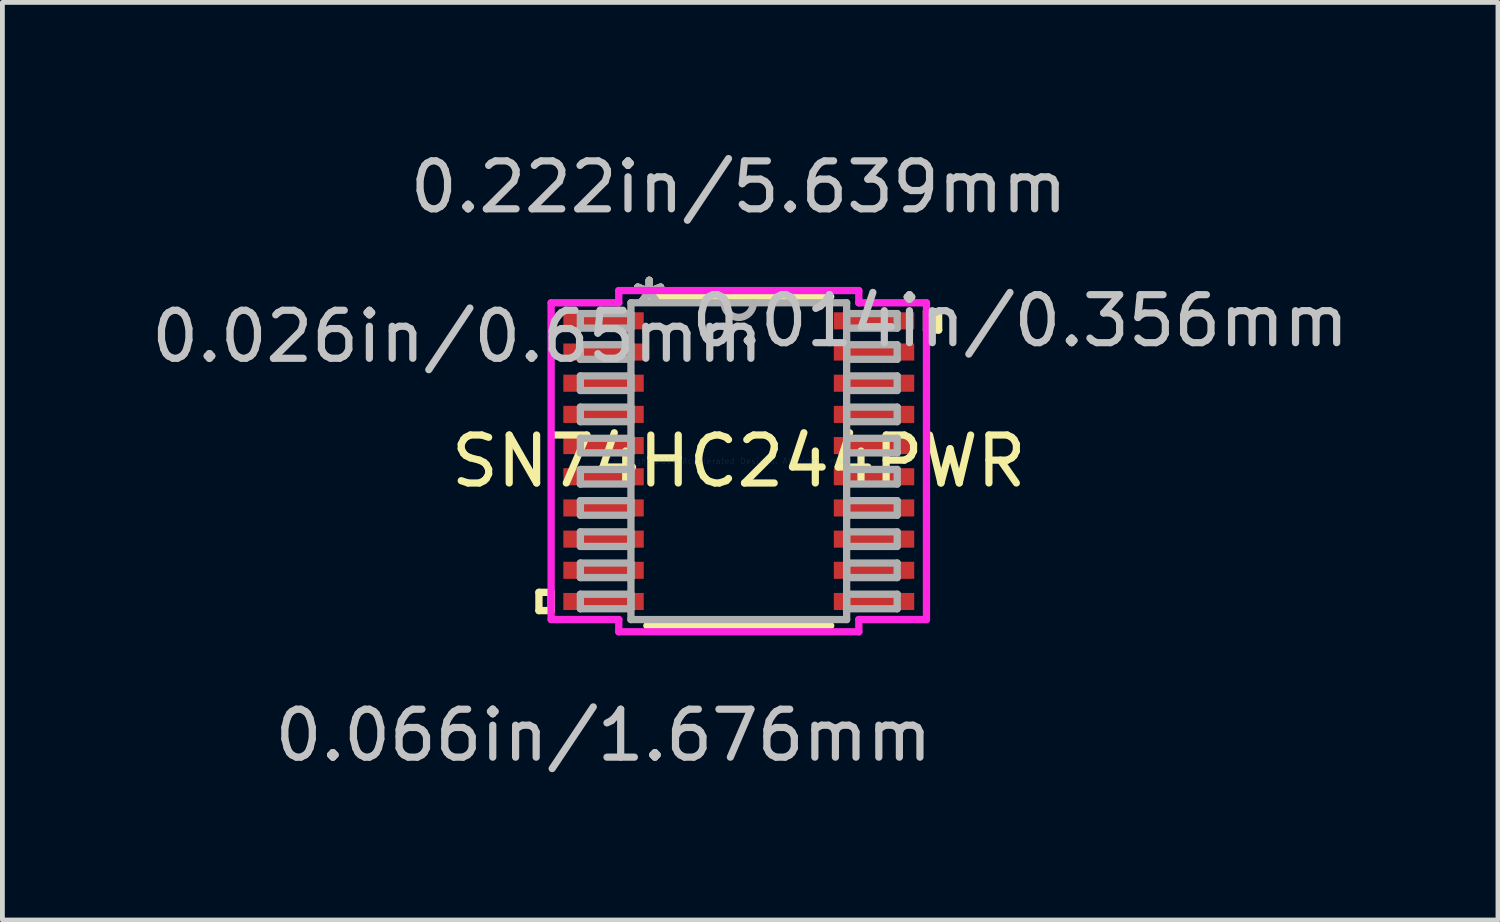
<source format=kicad_pcb>
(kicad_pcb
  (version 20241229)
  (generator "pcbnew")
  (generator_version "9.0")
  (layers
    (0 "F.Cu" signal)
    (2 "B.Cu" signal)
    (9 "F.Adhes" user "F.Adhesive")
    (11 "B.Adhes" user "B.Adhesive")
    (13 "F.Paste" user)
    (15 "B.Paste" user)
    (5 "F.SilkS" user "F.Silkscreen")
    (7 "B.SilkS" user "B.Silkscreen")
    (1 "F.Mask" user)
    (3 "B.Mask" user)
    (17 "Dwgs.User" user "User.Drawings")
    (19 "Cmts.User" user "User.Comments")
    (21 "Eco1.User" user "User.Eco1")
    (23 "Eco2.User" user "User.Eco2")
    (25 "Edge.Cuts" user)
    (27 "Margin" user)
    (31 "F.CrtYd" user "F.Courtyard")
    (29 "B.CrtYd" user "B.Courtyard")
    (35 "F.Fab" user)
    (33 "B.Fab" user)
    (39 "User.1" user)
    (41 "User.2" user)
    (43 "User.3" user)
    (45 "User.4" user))
  (footprint "SN74HC244PWR"
    (layer "F.Cu")
    (at 12.35 6.563)
    (property "Reference" "SN74HC244PWR" (at 0 0 0) (layer "F.SilkS") (effects (font (size 1 1) (thickness 0.15))))
    (attr through_hole)
    (fp_line (start -4.166 2.734) (end -4.166 3.115) (stroke (width 0.152) (type solid)) (layer "F.SilkS"))
    (fp_line (start -4.166 3.115) (end -3.912 3.115) (stroke (width 0.152) (type solid)) (layer "F.SilkS"))
    (fp_line (start -3.912 2.734) (end -4.166 2.734) (stroke (width 0.152) (type solid)) (layer "F.SilkS"))
    (fp_line (start -3.912 3.115) (end -3.912 2.734) (stroke (width 0.152) (type solid)) (layer "F.SilkS"))
    (fp_line (start -1.916 3.429) (end 1.916 3.429) (stroke (width 0.152) (type solid)) (layer "F.SilkS"))
    (fp_line (start 1.916 -3.429) (end -1.916 -3.429) (stroke (width 0.152) (type solid)) (layer "F.SilkS"))
    (fp_line (start 3.912 -3.115) (end 4.166 -3.115) (stroke (width 0.152) (type solid)) (layer "F.SilkS"))
    (fp_line (start 3.912 -2.734) (end 3.912 -3.115) (stroke (width 0.152) (type solid)) (layer "F.SilkS"))
    (fp_line (start 4.166 -3.115) (end 4.166 -2.734) (stroke (width 0.152) (type solid)) (layer "F.SilkS"))
    (fp_line (start 4.166 -2.734) (end 3.912 -2.734) (stroke (width 0.152) (type solid)) (layer "F.SilkS"))
    (fp_line (start -3.912 -3.301) (end -2.502 -3.301) (stroke (width 0.152) (type solid)) (layer "F.CrtYd"))
    (fp_line (start -3.912 3.301) (end -3.912 -3.301) (stroke (width 0.152) (type solid)) (layer "F.CrtYd"))
    (fp_line (start -2.502 -3.556) (end 2.502 -3.556) (stroke (width 0.152) (type solid)) (layer "F.CrtYd"))
    (fp_line (start -2.502 -3.301) (end -2.502 -3.556) (stroke (width 0.152) (type solid)) (layer "F.CrtYd"))
    (fp_line (start -2.502 3.301) (end -3.912 3.301) (stroke (width 0.152) (type solid)) (layer "F.CrtYd"))
    (fp_line (start -2.502 3.556) (end -2.502 3.301) (stroke (width 0.152) (type solid)) (layer "F.CrtYd"))
    (fp_line (start 2.502 -3.556) (end 2.502 -3.301) (stroke (width 0.152) (type solid)) (layer "F.CrtYd"))
    (fp_line (start 2.502 -3.301) (end 3.912 -3.301) (stroke (width 0.152) (type solid)) (layer "F.CrtYd"))
    (fp_line (start 2.502 3.301) (end 2.502 3.556) (stroke (width 0.152) (type solid)) (layer "F.CrtYd"))
    (fp_line (start 2.502 3.556) (end -2.502 3.556) (stroke (width 0.152) (type solid)) (layer "F.CrtYd"))
    (fp_line (start 3.912 -3.301) (end 3.912 3.301) (stroke (width 0.152) (type solid)) (layer "F.CrtYd"))
    (fp_line (start 3.912 3.301) (end 2.502 3.301) (stroke (width 0.152) (type solid)) (layer "F.CrtYd"))
    (fp_line (start -3.302 -3.077) (end -3.302 -2.773) (stroke (width 0.152) (type solid)) (layer "F.Fab"))
    (fp_line (start -3.302 -2.773) (end -2.248 -2.773) (stroke (width 0.152) (type solid)) (layer "F.Fab"))
    (fp_line (start -3.302 -2.427) (end -3.302 -2.123) (stroke (width 0.152) (type solid)) (layer "F.Fab"))
    (fp_line (start -3.302 -2.123) (end -2.248 -2.123) (stroke (width 0.152) (type solid)) (layer "F.Fab"))
    (fp_line (start -3.302 -1.777) (end -3.302 -1.473) (stroke (width 0.152) (type solid)) (layer "F.Fab"))
    (fp_line (start -3.302 -1.473) (end -2.248 -1.473) (stroke (width 0.152) (type solid)) (layer "F.Fab"))
    (fp_line (start -3.302 -1.127) (end -3.302 -0.823) (stroke (width 0.152) (type solid)) (layer "F.Fab"))
    (fp_line (start -3.302 -0.823) (end -2.248 -0.823) (stroke (width 0.152) (type solid)) (layer "F.Fab"))
    (fp_line (start -3.302 -0.477) (end -3.302 -0.173) (stroke (width 0.152) (type solid)) (layer "F.Fab"))
    (fp_line (start -3.302 -0.173) (end -2.248 -0.173) (stroke (width 0.152) (type solid)) (layer "F.Fab"))
    (fp_line (start -3.302 0.173) (end -3.302 0.477) (stroke (width 0.152) (type solid)) (layer "F.Fab"))
    (fp_line (start -3.302 0.477) (end -2.248 0.477) (stroke (width 0.152) (type solid)) (layer "F.Fab"))
    (fp_line (start -3.302 0.823) (end -3.302 1.127) (stroke (width 0.152) (type solid)) (layer "F.Fab"))
    (fp_line (start -3.302 1.127) (end -2.248 1.127) (stroke (width 0.152) (type solid)) (layer "F.Fab"))
    (fp_line (start -3.302 1.473) (end -3.302 1.777) (stroke (width 0.152) (type solid)) (layer "F.Fab"))
    (fp_line (start -3.302 1.777) (end -2.248 1.777) (stroke (width 0.152) (type solid)) (layer "F.Fab"))
    (fp_line (start -3.302 2.123) (end -3.302 2.427) (stroke (width 0.152) (type solid)) (layer "F.Fab"))
    (fp_line (start -3.302 2.427) (end -2.248 2.427) (stroke (width 0.152) (type solid)) (layer "F.Fab"))
    (fp_line (start -3.302 2.773) (end -3.302 3.077) (stroke (width 0.152) (type solid)) (layer "F.Fab"))
    (fp_line (start -3.302 3.077) (end -2.248 3.077) (stroke (width 0.152) (type solid)) (layer "F.Fab"))
    (fp_line (start -2.248 -3.302) (end -2.248 3.302) (stroke (width 0.152) (type solid)) (layer "F.Fab"))
    (fp_line (start -2.248 -3.077) (end -3.302 -3.077) (stroke (width 0.152) (type solid)) (layer "F.Fab"))
    (fp_line (start -2.248 -2.773) (end -2.248 -3.077) (stroke (width 0.152) (type solid)) (layer "F.Fab"))
    (fp_line (start -2.248 -2.427) (end -3.302 -2.427) (stroke (width 0.152) (type solid)) (layer "F.Fab"))
    (fp_line (start -2.248 -2.123) (end -2.248 -2.427) (stroke (width 0.152) (type solid)) (layer "F.Fab"))
    (fp_line (start -2.248 -1.777) (end -3.302 -1.777) (stroke (width 0.152) (type solid)) (layer "F.Fab"))
    (fp_line (start -2.248 -1.473) (end -2.248 -1.777) (stroke (width 0.152) (type solid)) (layer "F.Fab"))
    (fp_line (start -2.248 -1.127) (end -3.302 -1.127) (stroke (width 0.152) (type solid)) (layer "F.Fab"))
    (fp_line (start -2.248 -0.823) (end -2.248 -1.127) (stroke (width 0.152) (type solid)) (layer "F.Fab"))
    (fp_line (start -2.248 -0.477) (end -3.302 -0.477) (stroke (width 0.152) (type solid)) (layer "F.Fab"))
    (fp_line (start -2.248 -0.173) (end -2.248 -0.477) (stroke (width 0.152) (type solid)) (layer "F.Fab"))
    (fp_line (start -2.248 0.173) (end -3.302 0.173) (stroke (width 0.152) (type solid)) (layer "F.Fab"))
    (fp_line (start -2.248 0.477) (end -2.248 0.173) (stroke (width 0.152) (type solid)) (layer "F.Fab"))
    (fp_line (start -2.248 0.823) (end -3.302 0.823) (stroke (width 0.152) (type solid)) (layer "F.Fab"))
    (fp_line (start -2.248 1.127) (end -2.248 0.823) (stroke (width 0.152) (type solid)) (layer "F.Fab"))
    (fp_line (start -2.248 1.473) (end -3.302 1.473) (stroke (width 0.152) (type solid)) (layer "F.Fab"))
    (fp_line (start -2.248 1.777) (end -2.248 1.473) (stroke (width 0.152) (type solid)) (layer "F.Fab"))
    (fp_line (start -2.248 2.123) (end -3.302 2.123) (stroke (width 0.152) (type solid)) (layer "F.Fab"))
    (fp_line (start -2.248 2.427) (end -2.248 2.123) (stroke (width 0.152) (type solid)) (layer "F.Fab"))
    (fp_line (start -2.248 2.773) (end -3.302 2.773) (stroke (width 0.152) (type solid)) (layer "F.Fab"))
    (fp_line (start -2.248 3.077) (end -2.248 2.773) (stroke (width 0.152) (type solid)) (layer "F.Fab"))
    (fp_line (start -2.248 3.302) (end 2.248 3.302) (stroke (width 0.152) (type solid)) (layer "F.Fab"))
    (fp_line (start 2.248 -3.302) (end -2.248 -3.302) (stroke (width 0.152) (type solid)) (layer "F.Fab"))
    (fp_line (start 2.248 -3.077) (end 2.248 -2.773) (stroke (width 0.152) (type solid)) (layer "F.Fab"))
    (fp_line (start 2.248 -2.773) (end 3.302 -2.773) (stroke (width 0.152) (type solid)) (layer "F.Fab"))
    (fp_line (start 2.248 -2.427) (end 2.248 -2.123) (stroke (width 0.152) (type solid)) (layer "F.Fab"))
    (fp_line (start 2.248 -2.123) (end 3.302 -2.123) (stroke (width 0.152) (type solid)) (layer "F.Fab"))
    (fp_line (start 2.248 -1.777) (end 2.248 -1.473) (stroke (width 0.152) (type solid)) (layer "F.Fab"))
    (fp_line (start 2.248 -1.473) (end 3.302 -1.473) (stroke (width 0.152) (type solid)) (layer "F.Fab"))
    (fp_line (start 2.248 -1.127) (end 2.248 -0.823) (stroke (width 0.152) (type solid)) (layer "F.Fab"))
    (fp_line (start 2.248 -0.823) (end 3.302 -0.823) (stroke (width 0.152) (type solid)) (layer "F.Fab"))
    (fp_line (start 2.248 -0.477) (end 2.248 -0.173) (stroke (width 0.152) (type solid)) (layer "F.Fab"))
    (fp_line (start 2.248 -0.173) (end 3.302 -0.173) (stroke (width 0.152) (type solid)) (layer "F.Fab"))
    (fp_line (start 2.248 0.173) (end 2.248 0.477) (stroke (width 0.152) (type solid)) (layer "F.Fab"))
    (fp_line (start 2.248 0.477) (end 3.302 0.477) (stroke (width 0.152) (type solid)) (layer "F.Fab"))
    (fp_line (start 2.248 0.823) (end 2.248 1.127) (stroke (width 0.152) (type solid)) (layer "F.Fab"))
    (fp_line (start 2.248 1.127) (end 3.302 1.127) (stroke (width 0.152) (type solid)) (layer "F.Fab"))
    (fp_line (start 2.248 1.473) (end 2.248 1.777) (stroke (width 0.152) (type solid)) (layer "F.Fab"))
    (fp_line (start 2.248 1.777) (end 3.302 1.777) (stroke (width 0.152) (type solid)) (layer "F.Fab"))
    (fp_line (start 2.248 2.123) (end 2.248 2.427) (stroke (width 0.152) (type solid)) (layer "F.Fab"))
    (fp_line (start 2.248 2.427) (end 3.302 2.427) (stroke (width 0.152) (type solid)) (layer "F.Fab"))
    (fp_line (start 2.248 2.773) (end 2.248 3.077) (stroke (width 0.152) (type solid)) (layer "F.Fab"))
    (fp_line (start 2.248 3.077) (end 3.302 3.077) (stroke (width 0.152) (type solid)) (layer "F.Fab"))
    (fp_line (start 2.248 3.302) (end 2.248 -3.302) (stroke (width 0.152) (type solid)) (layer "F.Fab"))
    (fp_line (start 3.302 -3.077) (end 2.248 -3.077) (stroke (width 0.152) (type solid)) (layer "F.Fab"))
    (fp_line (start 3.302 -2.773) (end 3.302 -3.077) (stroke (width 0.152) (type solid)) (layer "F.Fab"))
    (fp_line (start 3.302 -2.427) (end 2.248 -2.427) (stroke (width 0.152) (type solid)) (layer "F.Fab"))
    (fp_line (start 3.302 -2.123) (end 3.302 -2.427) (stroke (width 0.152) (type solid)) (layer "F.Fab"))
    (fp_line (start 3.302 -1.777) (end 2.248 -1.777) (stroke (width 0.152) (type solid)) (layer "F.Fab"))
    (fp_line (start 3.302 -1.473) (end 3.302 -1.777) (stroke (width 0.152) (type solid)) (layer "F.Fab"))
    (fp_line (start 3.302 -1.127) (end 2.248 -1.127) (stroke (width 0.152) (type solid)) (layer "F.Fab"))
    (fp_line (start 3.302 -0.823) (end 3.302 -1.127) (stroke (width 0.152) (type solid)) (layer "F.Fab"))
    (fp_line (start 3.302 -0.477) (end 2.248 -0.477) (stroke (width 0.152) (type solid)) (layer "F.Fab"))
    (fp_line (start 3.302 -0.173) (end 3.302 -0.477) (stroke (width 0.152) (type solid)) (layer "F.Fab"))
    (fp_line (start 3.302 0.173) (end 2.248 0.173) (stroke (width 0.152) (type solid)) (layer "F.Fab"))
    (fp_line (start 3.302 0.477) (end 3.302 0.173) (stroke (width 0.152) (type solid)) (layer "F.Fab"))
    (fp_line (start 3.302 0.823) (end 2.248 0.823) (stroke (width 0.152) (type solid)) (layer "F.Fab"))
    (fp_line (start 3.302 1.127) (end 3.302 0.823) (stroke (width 0.152) (type solid)) (layer "F.Fab"))
    (fp_line (start 3.302 1.473) (end 2.248 1.473) (stroke (width 0.152) (type solid)) (layer "F.Fab"))
    (fp_line (start 3.302 1.777) (end 3.302 1.473) (stroke (width 0.152) (type solid)) (layer "F.Fab"))
    (fp_line (start 3.302 2.123) (end 2.248 2.123) (stroke (width 0.152) (type solid)) (layer "F.Fab"))
    (fp_line (start 3.302 2.427) (end 3.302 2.123) (stroke (width 0.152) (type solid)) (layer "F.Fab"))
    (fp_line (start 3.302 2.773) (end 2.248 2.773) (stroke (width 0.152) (type solid)) (layer "F.Fab"))
    (fp_line (start 3.302 3.077) (end 3.302 2.773) (stroke (width 0.152) (type solid)) (layer "F.Fab"))
    (fp_arc (start 0.3048 -3.302) (mid 0 -2.9972) (end -0.3048 -3.302) (stroke (width 0.1524) (type solid)) (layer "F.Fab"))
    (fp_text user "*" (at -1.867 -3.226 0) (layer "F.SilkS") (effects (font (size 1 1) (thickness 0.15))))
    (fp_text user "*" (at -1.867 -3.226 0) (layer "F.SilkS") (effects (font (size 1 1) (thickness 0.15))))
    (fp_text user "0.026in/0.65mm" (at -5.867 -2.6 0) (layer "Dwgs.User") (effects (font (size 1 1) (thickness 0.15))))
    (fp_text user "0.222in/5.639mm" (at 0 -5.715 0) (layer "Dwgs.User") (effects (font (size 1 1) (thickness 0.15))))
    (fp_text user "0.066in/1.676mm" (at -2.819 5.715 0) (layer "Dwgs.User") (effects (font (size 1 1) (thickness 0.15))))
    (fp_text user "0.014in/0.356mm" (at 5.867 -2.925 0) (layer "Dwgs.User") (effects (font (size 1 1) (thickness 0.15))))
    (fp_text user "Copyright 2016 Accelerated Designs. All rights reserved." (at 0 0 0) (layer "Cmts.User") (effects (font (size 0.127 0.127) (thickness 0.002))))
    (fp_text user "*" (at -1.867 -3.226 0) (layer "F.Fab") (effects (font (size 1 1) (thickness 0.15))))
    (fp_text user "*" (at -1.867 -3.226 0) (layer "F.Fab") (effects (font (size 1 1) (thickness 0.15))))
    (pad "1" smd rect (at -2.819 -2.925) (size 1.676 0.356) (layers "F.Cu" "F.Mask" "F.Paste"))
    (pad "2" smd rect (at -2.819 -2.275) (size 1.676 0.356) (layers "F.Cu" "F.Mask" "F.Paste"))
    (pad "3" smd rect (at -2.819 -1.625) (size 1.676 0.356) (layers "F.Cu" "F.Mask" "F.Paste"))
    (pad "4" smd rect (at -2.819 -0.975) (size 1.676 0.356) (layers "F.Cu" "F.Mask" "F.Paste"))
    (pad "5" smd rect (at -2.819 -0.325) (size 1.676 0.356) (layers "F.Cu" "F.Mask" "F.Paste"))
    (pad "6" smd rect (at -2.819 0.325) (size 1.676 0.356) (layers "F.Cu" "F.Mask" "F.Paste"))
    (pad "7" smd rect (at -2.819 0.975) (size 1.676 0.356) (layers "F.Cu" "F.Mask" "F.Paste"))
    (pad "8" smd rect (at -2.819 1.625) (size 1.676 0.356) (layers "F.Cu" "F.Mask" "F.Paste"))
    (pad "9" smd rect (at -2.819 2.275) (size 1.676 0.356) (layers "F.Cu" "F.Mask" "F.Paste"))
    (pad "10" smd rect (at -2.819 2.925) (size 1.676 0.356) (layers "F.Cu" "F.Mask" "F.Paste"))
    (pad "11" smd rect (at 2.819 2.925) (size 1.676 0.356) (layers "F.Cu" "F.Mask" "F.Paste"))
    (pad "12" smd rect (at 2.819 2.275) (size 1.676 0.356) (layers "F.Cu" "F.Mask" "F.Paste"))
    (pad "13" smd rect (at 2.819 1.625) (size 1.676 0.356) (layers "F.Cu" "F.Mask" "F.Paste"))
    (pad "14" smd rect (at 2.819 0.975) (size 1.676 0.356) (layers "F.Cu" "F.Mask" "F.Paste"))
    (pad "15" smd rect (at 2.819 0.325) (size 1.676 0.356) (layers "F.Cu" "F.Mask" "F.Paste"))
    (pad "16" smd rect (at 2.819 -0.325) (size 1.676 0.356) (layers "F.Cu" "F.Mask" "F.Paste"))
    (pad "17" smd rect (at 2.819 -0.975) (size 1.676 0.356) (layers "F.Cu" "F.Mask" "F.Paste"))
    (pad "18" smd rect (at 2.819 -1.625) (size 1.676 0.356) (layers "F.Cu" "F.Mask" "F.Paste"))
    (pad "19" smd rect (at 2.819 -2.275) (size 1.676 0.356) (layers "F.Cu" "F.Mask" "F.Paste"))
    (pad "20" smd rect (at 2.819 -2.925) (size 1.676 0.356) (layers "F.Cu" "F.Mask" "F.Paste")))
  (gr_rect
    (start -3 -3)
    (end 28.175 16.127)
    (stroke (width 0.1) (type default))
    (fill no)
    (layer "Edge.Cuts")))
</source>
